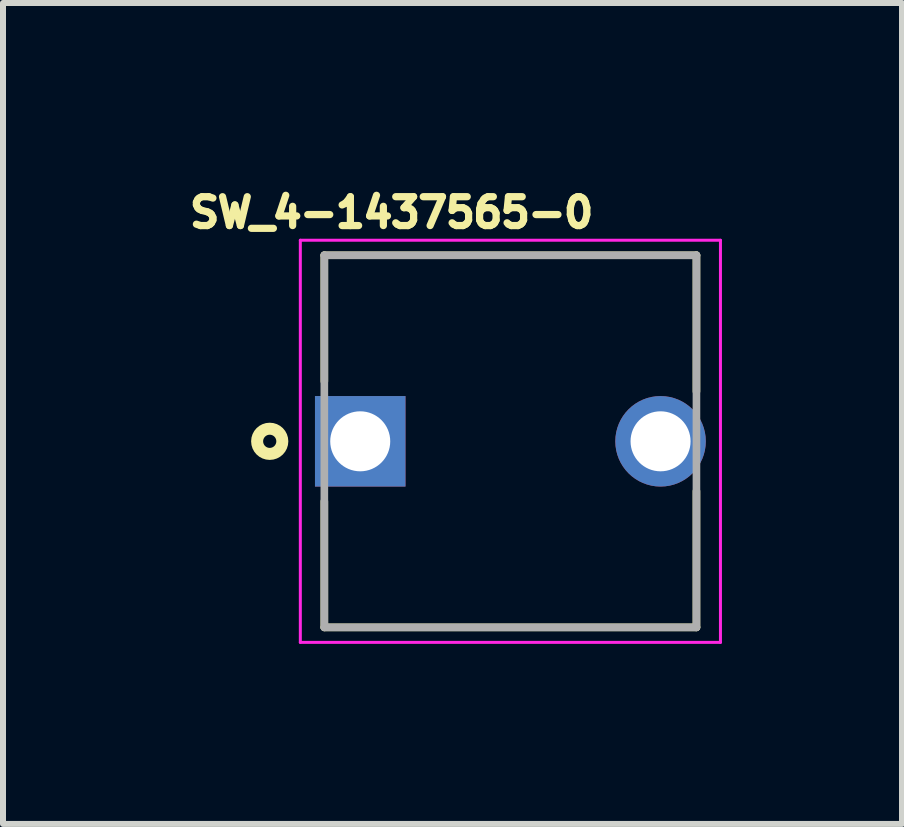
<source format=kicad_pcb>
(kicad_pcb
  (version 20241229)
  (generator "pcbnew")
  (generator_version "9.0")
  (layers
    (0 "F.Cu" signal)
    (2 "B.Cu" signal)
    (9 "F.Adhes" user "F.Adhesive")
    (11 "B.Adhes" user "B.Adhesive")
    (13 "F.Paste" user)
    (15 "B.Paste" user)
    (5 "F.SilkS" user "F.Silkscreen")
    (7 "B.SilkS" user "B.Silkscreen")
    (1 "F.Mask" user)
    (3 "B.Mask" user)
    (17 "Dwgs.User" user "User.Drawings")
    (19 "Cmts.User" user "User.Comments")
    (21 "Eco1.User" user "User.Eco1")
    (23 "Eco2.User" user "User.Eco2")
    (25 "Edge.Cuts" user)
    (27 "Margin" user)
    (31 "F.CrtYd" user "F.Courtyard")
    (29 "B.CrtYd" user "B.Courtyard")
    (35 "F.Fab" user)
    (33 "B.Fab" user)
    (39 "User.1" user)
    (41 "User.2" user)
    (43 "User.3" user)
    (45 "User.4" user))
  (footprint "SW_4-1437565-0"
    (layer "F.Cu")
    (at 5.454 4.303)
    (property "Reference" "SW_4-1437565-0" (at -1.979 -3.811 0) (layer "F.SilkS") (effects (font (size 0.481 0.481) (thickness 0.15))))
    (attr through_hole)
    (fp_line (start -3.1 -3.1) (end 3.1 -3.1) (stroke (width 0.127) (type solid)) (layer "F.SilkS"))
    (fp_line (start -3.1 -1) (end -3.1 -3.1) (stroke (width 0.127) (type solid)) (layer "F.SilkS"))
    (fp_line (start -3.1 3.1) (end -3.1 1) (stroke (width 0.127) (type solid)) (layer "F.SilkS"))
    (fp_line (start 3.1 -3.1) (end 3.1 -0.83) (stroke (width 0.127) (type solid)) (layer "F.SilkS"))
    (fp_line (start 3.1 0.83) (end 3.1 3.1) (stroke (width 0.127) (type solid)) (layer "F.SilkS"))
    (fp_line (start 3.1 3.1) (end -3.1 3.1) (stroke (width 0.127) (type solid)) (layer "F.SilkS"))
    (fp_circle (center -4.01 0) (end -3.8 0) (stroke (width 0.2) (type solid)) (fill no) (layer "F.SilkS"))
    (fp_line (start -3.5 -3.35) (end 3.5 -3.35) (stroke (width 0.05) (type solid)) (layer "F.CrtYd"))
    (fp_line (start -3.5 3.35) (end -3.5 -3.35) (stroke (width 0.05) (type solid)) (layer "F.CrtYd"))
    (fp_line (start 3.5 -3.35) (end 3.5 3.35) (stroke (width 0.05) (type solid)) (layer "F.CrtYd"))
    (fp_line (start 3.5 3.35) (end -3.5 3.35) (stroke (width 0.05) (type solid)) (layer "F.CrtYd"))
    (fp_line (start -3.1 -3.1) (end 3.1 -3.1) (stroke (width 0.127) (type solid)) (layer "F.Fab"))
    (fp_line (start -3.1 3.1) (end -3.1 -3.1) (stroke (width 0.127) (type solid)) (layer "F.Fab"))
    (fp_line (start 3.1 -3.1) (end 3.1 3.1) (stroke (width 0.127) (type solid)) (layer "F.Fab"))
    (fp_line (start 3.1 3.1) (end -3.1 3.1) (stroke (width 0.127) (type solid)) (layer "F.Fab"))
    (pad "1" thru_hole rect (at -2.502 0) (size 1.508 1.508) (drill 1) (layers "*.Cu" "*.Mask"))
    (pad "2" thru_hole circle (at 2.502 0) (size 1.508 1.508) (drill 1) (layers "*.Cu" "*.Mask")))
  (gr_rect
    (start -3 -3)
    (end 11.979 10.678)
    (stroke (width 0.1) (type default))
    (fill no)
    (layer "Edge.Cuts")))
</source>
